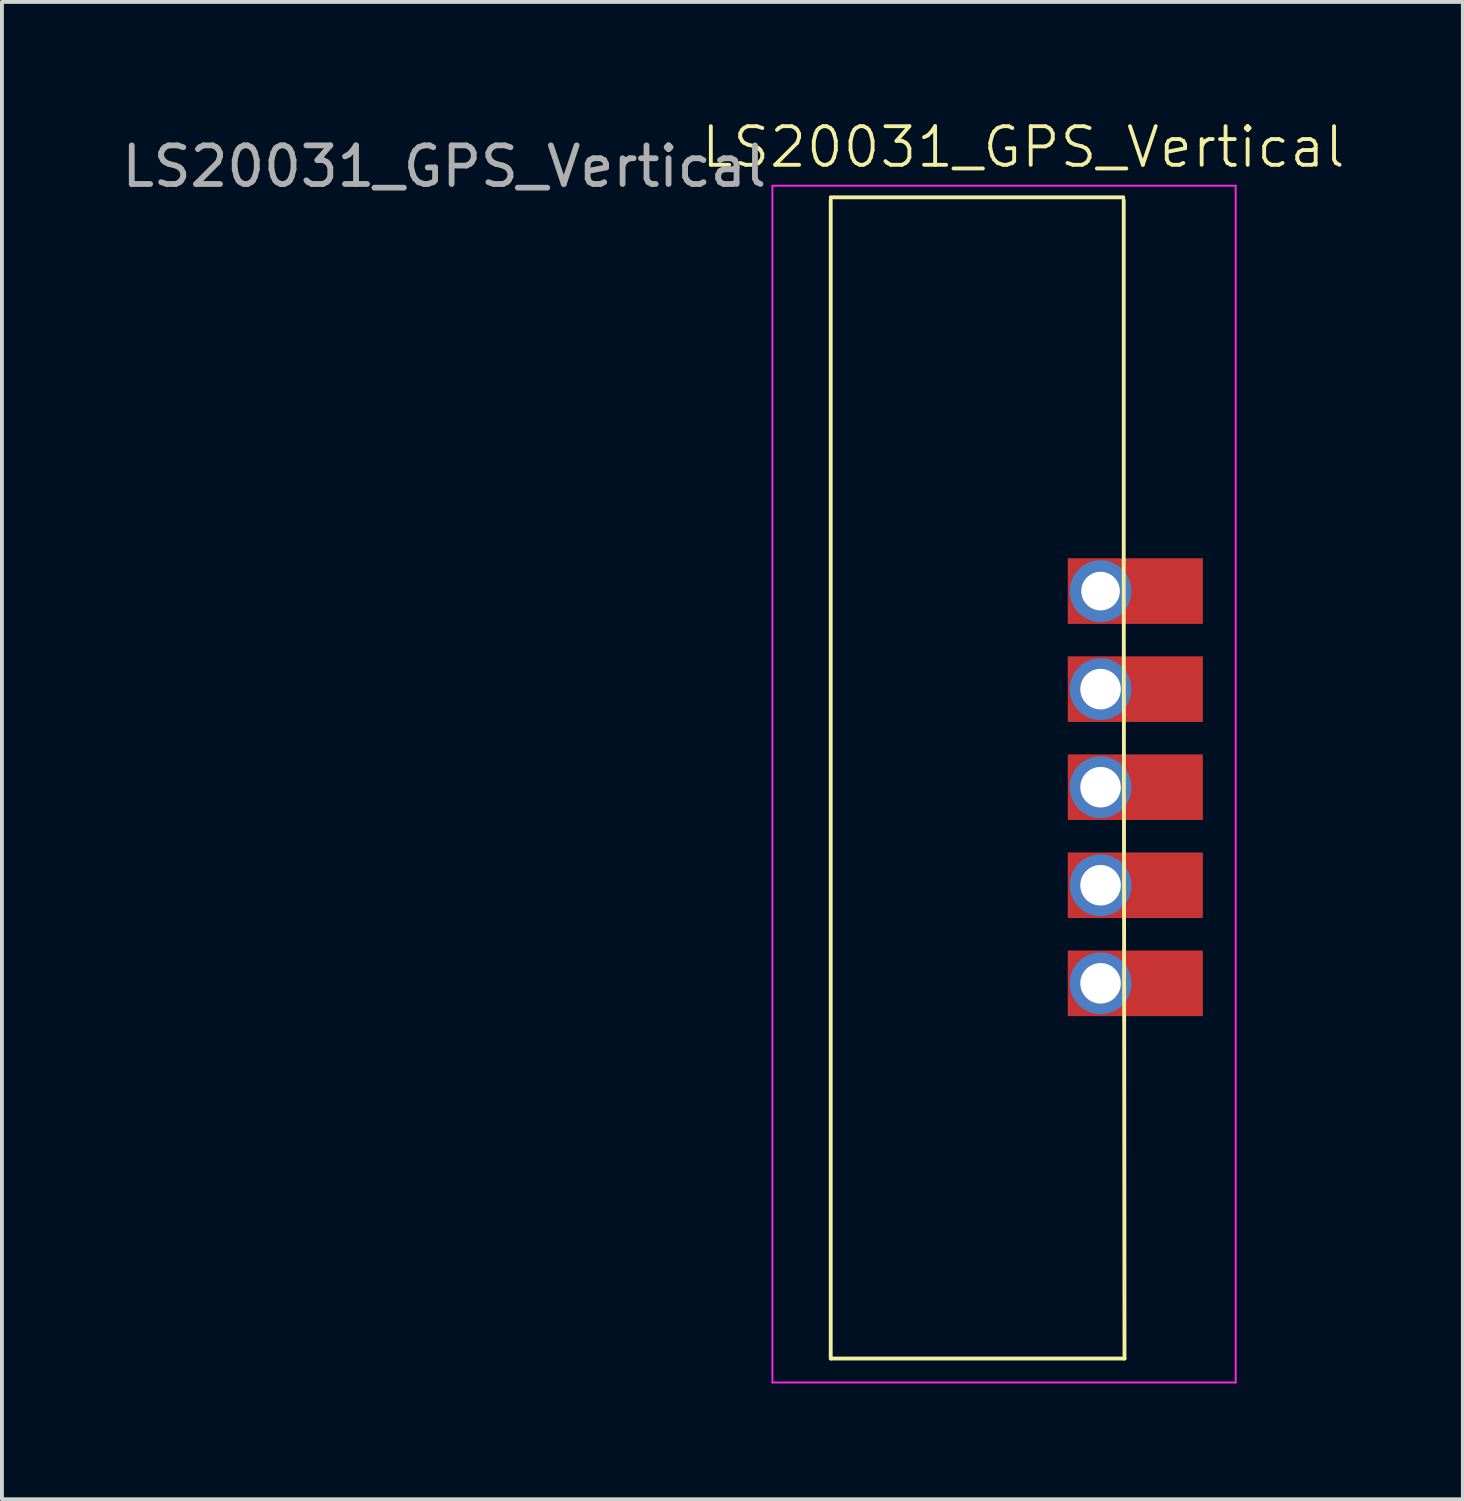
<source format=kicad_pcb>
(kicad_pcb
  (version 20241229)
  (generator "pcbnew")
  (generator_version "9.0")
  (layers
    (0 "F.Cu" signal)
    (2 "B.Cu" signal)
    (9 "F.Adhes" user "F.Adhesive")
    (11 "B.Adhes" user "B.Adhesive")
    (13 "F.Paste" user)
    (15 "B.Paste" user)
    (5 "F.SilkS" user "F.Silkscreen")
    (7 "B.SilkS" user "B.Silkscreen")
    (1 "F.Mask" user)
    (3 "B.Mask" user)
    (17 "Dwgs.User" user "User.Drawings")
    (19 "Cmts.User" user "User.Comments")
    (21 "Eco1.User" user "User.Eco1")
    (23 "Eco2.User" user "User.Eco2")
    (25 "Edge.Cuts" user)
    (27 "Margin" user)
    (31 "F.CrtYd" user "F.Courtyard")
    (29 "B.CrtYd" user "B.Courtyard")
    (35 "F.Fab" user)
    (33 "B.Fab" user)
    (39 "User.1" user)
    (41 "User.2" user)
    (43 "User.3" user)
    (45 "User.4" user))
  (footprint "LS20031_GPS_Vertical"
    (layer "F.Cu")
    (at 25.458 12.261)
    (property "Reference" "LS20031_GPS_Vertical" (at -2 -11.5 0) (unlocked yes) (layer "F.SilkS") (effects (font (size 1 1) (thickness 0.1))))
    (attr through_hole)
    (fp_line (start -6.99 -10.13) (end -6.99 19.88) (stroke (width 0.1) (type default)) (layer "F.SilkS"))
    (fp_line (start -6.98 19.88) (end 0.62 19.88) (stroke (width 0.1) (type default)) (layer "F.SilkS"))
    (fp_line (start 0.59 -10.2) (end -6.99 -10.2) (stroke (width 0.1) (type default)) (layer "F.SilkS"))
    (fp_line (start 0.6 -0.8) (end 0.6 -10.13) (stroke (width 0.1) (type default)) (layer "F.SilkS"))
    (fp_line (start 0.62 19.88) (end 0.6 -0.8) (stroke (width 0.1) (type default)) (layer "F.SilkS"))
    (fp_line (start -8.5 -10.5) (end 3.5 -10.5) (stroke (width 0.05) (type default)) (layer "F.CrtYd"))
    (fp_line (start -8.5 20.5) (end -8.5 -10.5) (stroke (width 0.05) (type default)) (layer "F.CrtYd"))
    (fp_line (start 3.5 -10.5) (end 3.5 20.5) (stroke (width 0.05) (type default)) (layer "F.CrtYd"))
    (fp_line (start 3.5 20.5) (end -8.5 20.5) (stroke (width 0.05) (type default)) (layer "F.CrtYd"))
    (fp_text user "${REFERENCE}" (at -17 -11 0) (unlocked yes) (layer "F.Fab") (effects (font (size 1 1) (thickness 0.15))))
    (pad "1" thru_hole circle (at 0 10.16 180) (size 1.6 1.6) (drill 1.05) (layers "*.Cu" "*.Mask"))
    (pad "1" smd rect (at 0 10.16 180) (size 3.5 1.7) (drill (offset -0.9 0)) (layers "F.Cu" "F.Mask"))
    (pad "2" thru_hole circle (at 0 7.62 180) (size 1.6 1.6) (drill 1.05) (layers "*.Cu" "*.Mask"))
    (pad "2" smd rect (at 0 7.62 180) (size 3.5 1.7) (drill (offset -0.9 0)) (layers "F.Cu" "F.Mask"))
    (pad "3" thru_hole circle (at 0 5.08 180) (size 1.6 1.6) (drill 1.05) (layers "*.Cu" "*.Mask"))
    (pad "3" smd rect (at 0 5.08 180) (size 3.5 1.7) (drill (offset -0.9 0)) (layers "F.Cu" "F.Mask"))
    (pad "4" thru_hole circle (at 0 2.54 180) (size 1.6 1.6) (drill 1.05) (layers "*.Cu" "*.Mask"))
    (pad "4" smd rect (at 0 2.54 180) (size 3.5 1.7) (drill (offset -0.9 0)) (layers "F.Cu" "F.Mask"))
    (pad "5" thru_hole circle (at 0 0 180) (size 1.6 1.6) (drill 1) (layers "*.Cu" "*.Mask"))
    (pad "5" smd rect (at 0 0 180) (size 3.5 1.7) (drill (offset -0.9 0)) (layers "F.Cu" "F.Mask")))
  (gr_rect
    (start -3 -3)
    (end 34.842 35.785)
    (stroke (width 0.1) (type default))
    (fill no)
    (layer "Edge.Cuts")))
</source>
